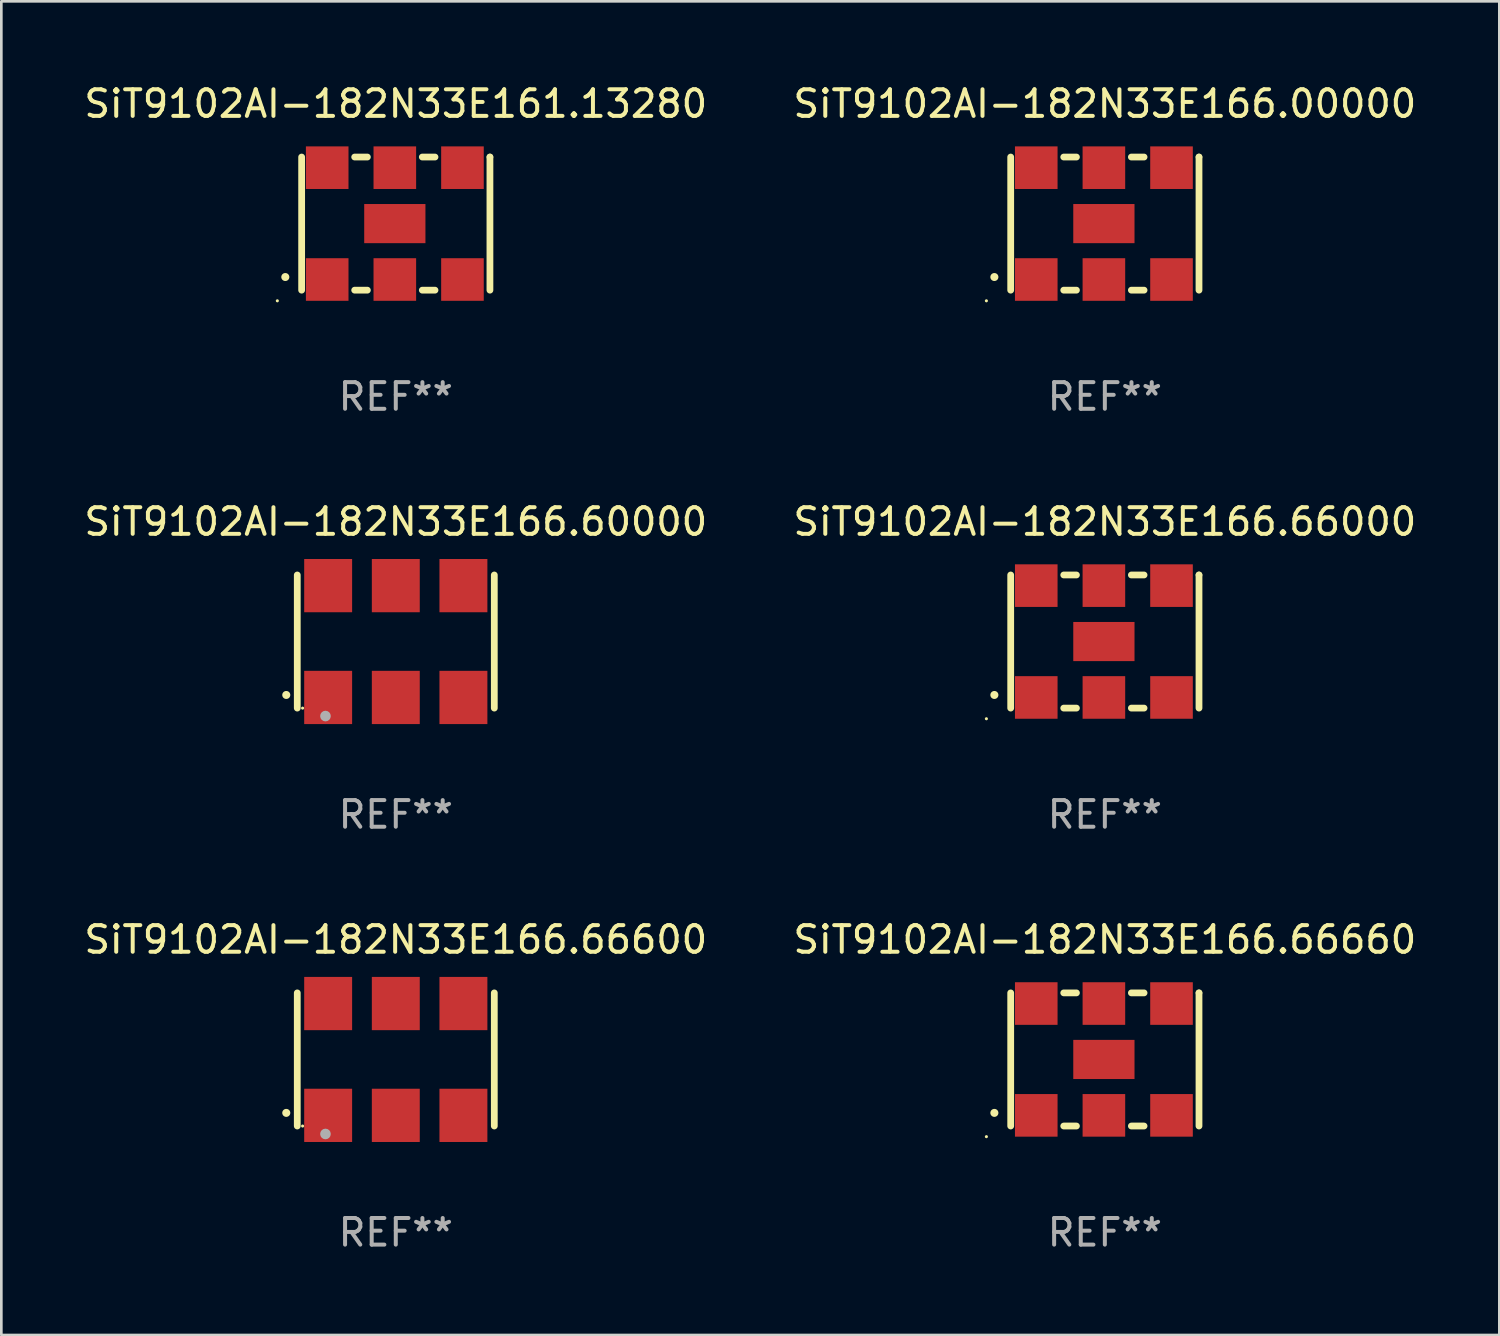
<source format=kicad_pcb>
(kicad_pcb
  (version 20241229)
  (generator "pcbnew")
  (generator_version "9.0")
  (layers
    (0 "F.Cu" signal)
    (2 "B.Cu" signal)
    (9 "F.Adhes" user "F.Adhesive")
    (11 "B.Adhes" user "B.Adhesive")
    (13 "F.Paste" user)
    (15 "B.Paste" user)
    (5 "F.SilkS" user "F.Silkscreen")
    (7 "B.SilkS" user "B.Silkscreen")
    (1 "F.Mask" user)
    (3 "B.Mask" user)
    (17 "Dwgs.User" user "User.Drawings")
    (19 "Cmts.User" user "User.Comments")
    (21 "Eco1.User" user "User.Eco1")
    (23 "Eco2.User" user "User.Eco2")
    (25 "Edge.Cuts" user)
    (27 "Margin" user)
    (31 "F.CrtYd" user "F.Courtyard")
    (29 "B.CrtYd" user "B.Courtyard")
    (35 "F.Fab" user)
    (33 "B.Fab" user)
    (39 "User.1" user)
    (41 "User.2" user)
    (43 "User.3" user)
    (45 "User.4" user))
  (footprint "SiT9102AI-182N33E166.66600"
    (layer "F.Cu")
    (at 11.815 36.741)
    (property "Reference" "SiT9102AI-182N33E166.66600" (at 0 -4.5 0) (layer "F.SilkS") (effects (font (size 1 1) (thickness 0.15))))
    (attr through_hole)
    (fp_line (start -3.7 -2.5) (end -3.7 2.5) (stroke (width 0.254) (type solid)) (layer "F.SilkS"))
    (fp_line (start 3.7 -2.5) (end 3.7 2.5) (stroke (width 0.254) (type solid)) (layer "F.SilkS"))
    (fp_arc (start -4.114415 2.006604) (mid -4.113145 2.006599) (end -4.111875 2.006604) (stroke (width 0.3) (type solid)) (layer "F.SilkS"))
    (fp_circle (center -3.5 2.501) (end -3.47 2.501) (stroke (width 0.06) (type solid)) (fill no) (layer "F.SilkS"))
    (fp_circle (center -2.641 2.799) (end -2.541 2.799) (stroke (width 0.2) (type solid)) (fill no) (layer "F.Fab"))
    (fp_text user "REF**" (at 0 6.5 0) (layer "F.Fab") (effects (font (size 1 1) (thickness 0.15))))
    (pad "1" smd rect (at -2.54 2.1) (size 1.8 2) (layers "F.Cu" "F.Mask" "F.Paste"))
    (pad "2" smd rect (at 0.000394 2.1) (size 1.8 2) (layers "F.Cu" "F.Mask" "F.Paste"))
    (pad "3" smd rect (at 2.54 2.1) (size 1.8 2) (layers "F.Cu" "F.Mask" "F.Paste"))
    (pad "4" smd rect (at 2.54 -2.1) (size 1.8 2) (layers "F.Cu" "F.Mask" "F.Paste"))
    (pad "5" smd rect (at 0.000394 -2.1) (size 1.8 2) (layers "F.Cu" "F.Mask" "F.Paste"))
    (pad "6" smd rect (at -2.54 -2.1) (size 1.8 2) (layers "F.Cu" "F.Mask" "F.Paste")))
  (footprint "SiT9102AI-182N33E166.00000"
    (layer "F.Cu")
    (at 38.446 5.348)
    (property "Reference" "SiT9102AI-182N33E166.00000" (at 0 -4.5 0) (layer "F.SilkS") (effects (font (size 1 1) (thickness 0.15))))
    (attr through_hole)
    (fp_line (start -3.536 -2.5) (end -3.536 2.5) (stroke (width 0.254) (type solid)) (layer "F.SilkS"))
    (fp_line (start -1.544 2.5) (end -1.067 2.5) (stroke (width 0.254) (type solid)) (layer "F.SilkS"))
    (fp_line (start -1.067 -2.5) (end -1.544 -2.5) (stroke (width 0.254) (type solid)) (layer "F.SilkS"))
    (fp_line (start 0.996 2.5) (end 1.473 2.5) (stroke (width 0.254) (type solid)) (layer "F.SilkS"))
    (fp_line (start 1.473 -2.5) (end 0.996 -2.5) (stroke (width 0.254) (type solid)) (layer "F.SilkS"))
    (fp_line (start 3.536 -2.5) (end 3.536 -2.5) (stroke (width 0.254) (type solid)) (layer "F.SilkS"))
    (fp_line (start 3.536 2.5) (end 3.536 -2.5) (stroke (width 0.254) (type solid)) (layer "F.SilkS"))
    (fp_arc (start -4.150432 2.006604) (mid -4.149162 2.006599) (end -4.147892 2.006604) (stroke (width 0.3) (type solid)) (layer "F.SilkS"))
    (fp_circle (center -4.449 2.9) (end -4.419 2.9) (stroke (width 0.06) (type solid)) (fill no) (layer "F.SilkS"))
    (fp_text user "REF**" (at 0 6.5 0) (layer "F.Fab") (effects (font (size 1 1) (thickness 0.15))))
    (pad "1" smd rect (at -2.576 2.1) (size 1.6 1.6) (layers "F.Cu" "F.Mask" "F.Paste"))
    (pad "2" smd rect (at -0.036 2.1) (size 1.6 1.6) (layers "F.Cu" "F.Mask" "F.Paste"))
    (pad "3" smd rect (at 2.504 2.1) (size 1.6 1.6) (layers "F.Cu" "F.Mask" "F.Paste"))
    (pad "4" smd rect (at 2.504 -2.1) (size 1.6 1.6) (layers "F.Cu" "F.Mask" "F.Paste"))
    (pad "5" smd rect (at -0.036 -2.1) (size 1.6 1.6) (layers "F.Cu" "F.Mask" "F.Paste"))
    (pad "6" smd rect (at -2.576 -2.1) (size 1.6 1.6) (layers "F.Cu" "F.Mask" "F.Paste"))
    (pad "7" smd rect (at -0.036 0) (size 2.3 1.47) (layers "F.Cu" "F.Mask" "F.Paste")))
  (footprint "SiT9102AI-182N33E166.66660"
    (layer "F.Cu")
    (at 38.446 36.741)
    (property "Reference" "SiT9102AI-182N33E166.66660" (at 0 -4.5 0) (layer "F.SilkS") (effects (font (size 1 1) (thickness 0.15))))
    (attr through_hole)
    (fp_line (start -3.536 -2.5) (end -3.536 2.5) (stroke (width 0.254) (type solid)) (layer "F.SilkS"))
    (fp_line (start -1.544 2.5) (end -1.067 2.5) (stroke (width 0.254) (type solid)) (layer "F.SilkS"))
    (fp_line (start -1.067 -2.5) (end -1.544 -2.5) (stroke (width 0.254) (type solid)) (layer "F.SilkS"))
    (fp_line (start 0.996 2.5) (end 1.473 2.5) (stroke (width 0.254) (type solid)) (layer "F.SilkS"))
    (fp_line (start 1.473 -2.5) (end 0.996 -2.5) (stroke (width 0.254) (type solid)) (layer "F.SilkS"))
    (fp_line (start 3.536 -2.5) (end 3.536 -2.5) (stroke (width 0.254) (type solid)) (layer "F.SilkS"))
    (fp_line (start 3.536 2.5) (end 3.536 -2.5) (stroke (width 0.254) (type solid)) (layer "F.SilkS"))
    (fp_arc (start -4.150432 2.006604) (mid -4.149162 2.006599) (end -4.147892 2.006604) (stroke (width 0.3) (type solid)) (layer "F.SilkS"))
    (fp_circle (center -4.449 2.9) (end -4.419 2.9) (stroke (width 0.06) (type solid)) (fill no) (layer "F.SilkS"))
    (fp_text user "REF**" (at 0 6.5 0) (layer "F.Fab") (effects (font (size 1 1) (thickness 0.15))))
    (pad "1" smd rect (at -2.576 2.1) (size 1.6 1.6) (layers "F.Cu" "F.Mask" "F.Paste"))
    (pad "2" smd rect (at -0.036 2.1) (size 1.6 1.6) (layers "F.Cu" "F.Mask" "F.Paste"))
    (pad "3" smd rect (at 2.504 2.1) (size 1.6 1.6) (layers "F.Cu" "F.Mask" "F.Paste"))
    (pad "4" smd rect (at 2.504 -2.1) (size 1.6 1.6) (layers "F.Cu" "F.Mask" "F.Paste"))
    (pad "5" smd rect (at -0.036 -2.1) (size 1.6 1.6) (layers "F.Cu" "F.Mask" "F.Paste"))
    (pad "6" smd rect (at -2.576 -2.1) (size 1.6 1.6) (layers "F.Cu" "F.Mask" "F.Paste"))
    (pad "7" smd rect (at -0.036 0) (size 2.3 1.47) (layers "F.Cu" "F.Mask" "F.Paste")))
  (footprint "SiT9102AI-182N33E166.66000"
    (layer "F.Cu")
    (at 38.446 21.045)
    (property "Reference" "SiT9102AI-182N33E166.66000" (at 0 -4.5 0) (layer "F.SilkS") (effects (font (size 1 1) (thickness 0.15))))
    (attr through_hole)
    (fp_line (start -3.536 -2.5) (end -3.536 2.5) (stroke (width 0.254) (type solid)) (layer "F.SilkS"))
    (fp_line (start -1.544 2.5) (end -1.067 2.5) (stroke (width 0.254) (type solid)) (layer "F.SilkS"))
    (fp_line (start -1.067 -2.5) (end -1.544 -2.5) (stroke (width 0.254) (type solid)) (layer "F.SilkS"))
    (fp_line (start 0.996 2.5) (end 1.473 2.5) (stroke (width 0.254) (type solid)) (layer "F.SilkS"))
    (fp_line (start 1.473 -2.5) (end 0.996 -2.5) (stroke (width 0.254) (type solid)) (layer "F.SilkS"))
    (fp_line (start 3.536 -2.5) (end 3.536 -2.5) (stroke (width 0.254) (type solid)) (layer "F.SilkS"))
    (fp_line (start 3.536 2.5) (end 3.536 -2.5) (stroke (width 0.254) (type solid)) (layer "F.SilkS"))
    (fp_arc (start -4.150432 2.006604) (mid -4.149162 2.006599) (end -4.147892 2.006604) (stroke (width 0.3) (type solid)) (layer "F.SilkS"))
    (fp_circle (center -4.449 2.9) (end -4.419 2.9) (stroke (width 0.06) (type solid)) (fill no) (layer "F.SilkS"))
    (fp_text user "REF**" (at 0 6.5 0) (layer "F.Fab") (effects (font (size 1 1) (thickness 0.15))))
    (pad "1" smd rect (at -2.576 2.1) (size 1.6 1.6) (layers "F.Cu" "F.Mask" "F.Paste"))
    (pad "2" smd rect (at -0.036 2.1) (size 1.6 1.6) (layers "F.Cu" "F.Mask" "F.Paste"))
    (pad "3" smd rect (at 2.504 2.1) (size 1.6 1.6) (layers "F.Cu" "F.Mask" "F.Paste"))
    (pad "4" smd rect (at 2.504 -2.1) (size 1.6 1.6) (layers "F.Cu" "F.Mask" "F.Paste"))
    (pad "5" smd rect (at -0.036 -2.1) (size 1.6 1.6) (layers "F.Cu" "F.Mask" "F.Paste"))
    (pad "6" smd rect (at -2.576 -2.1) (size 1.6 1.6) (layers "F.Cu" "F.Mask" "F.Paste"))
    (pad "7" smd rect (at -0.036 0) (size 2.3 1.47) (layers "F.Cu" "F.Mask" "F.Paste")))
  (footprint "SiT9102AI-182N33E161.13280"
    (layer "F.Cu")
    (at 11.815 5.348)
    (property "Reference" "SiT9102AI-182N33E161.13280" (at 0 -4.5 0) (layer "F.SilkS") (effects (font (size 1 1) (thickness 0.15))))
    (attr through_hole)
    (fp_line (start -3.536 -2.5) (end -3.536 2.5) (stroke (width 0.254) (type solid)) (layer "F.SilkS"))
    (fp_line (start -1.544 2.5) (end -1.067 2.5) (stroke (width 0.254) (type solid)) (layer "F.SilkS"))
    (fp_line (start -1.067 -2.5) (end -1.544 -2.5) (stroke (width 0.254) (type solid)) (layer "F.SilkS"))
    (fp_line (start 0.996 2.5) (end 1.473 2.5) (stroke (width 0.254) (type solid)) (layer "F.SilkS"))
    (fp_line (start 1.473 -2.5) (end 0.996 -2.5) (stroke (width 0.254) (type solid)) (layer "F.SilkS"))
    (fp_line (start 3.536 -2.5) (end 3.536 -2.5) (stroke (width 0.254) (type solid)) (layer "F.SilkS"))
    (fp_line (start 3.536 2.5) (end 3.536 -2.5) (stroke (width 0.254) (type solid)) (layer "F.SilkS"))
    (fp_arc (start -4.150432 2.006604) (mid -4.149162 2.006599) (end -4.147892 2.006604) (stroke (width 0.3) (type solid)) (layer "F.SilkS"))
    (fp_circle (center -4.449 2.9) (end -4.419 2.9) (stroke (width 0.06) (type solid)) (fill no) (layer "F.SilkS"))
    (fp_text user "REF**" (at 0 6.5 0) (layer "F.Fab") (effects (font (size 1 1) (thickness 0.15))))
    (pad "1" smd rect (at -2.576 2.1) (size 1.6 1.6) (layers "F.Cu" "F.Mask" "F.Paste"))
    (pad "2" smd rect (at -0.036 2.1) (size 1.6 1.6) (layers "F.Cu" "F.Mask" "F.Paste"))
    (pad "3" smd rect (at 2.504 2.1) (size 1.6 1.6) (layers "F.Cu" "F.Mask" "F.Paste"))
    (pad "4" smd rect (at 2.504 -2.1) (size 1.6 1.6) (layers "F.Cu" "F.Mask" "F.Paste"))
    (pad "5" smd rect (at -0.036 -2.1) (size 1.6 1.6) (layers "F.Cu" "F.Mask" "F.Paste"))
    (pad "6" smd rect (at -2.576 -2.1) (size 1.6 1.6) (layers "F.Cu" "F.Mask" "F.Paste"))
    (pad "7" smd rect (at -0.036 0) (size 2.3 1.47) (layers "F.Cu" "F.Mask" "F.Paste")))
  (footprint "SiT9102AI-182N33E166.60000"
    (layer "F.Cu")
    (at 11.815 21.045)
    (property "Reference" "SiT9102AI-182N33E166.60000" (at 0 -4.5 0) (layer "F.SilkS") (effects (font (size 1 1) (thickness 0.15))))
    (attr through_hole)
    (fp_line (start -3.7 -2.5) (end -3.7 2.5) (stroke (width 0.254) (type solid)) (layer "F.SilkS"))
    (fp_line (start 3.7 -2.5) (end 3.7 2.5) (stroke (width 0.254) (type solid)) (layer "F.SilkS"))
    (fp_arc (start -4.114415 2.006604) (mid -4.113145 2.006599) (end -4.111875 2.006604) (stroke (width 0.3) (type solid)) (layer "F.SilkS"))
    (fp_circle (center -3.5 2.501) (end -3.47 2.501) (stroke (width 0.06) (type solid)) (fill no) (layer "F.SilkS"))
    (fp_circle (center -2.641 2.799) (end -2.541 2.799) (stroke (width 0.2) (type solid)) (fill no) (layer "F.Fab"))
    (fp_text user "REF**" (at 0 6.5 0) (layer "F.Fab") (effects (font (size 1 1) (thickness 0.15))))
    (pad "1" smd rect (at -2.54 2.1) (size 1.8 2) (layers "F.Cu" "F.Mask" "F.Paste"))
    (pad "2" smd rect (at 0.000394 2.1) (size 1.8 2) (layers "F.Cu" "F.Mask" "F.Paste"))
    (pad "3" smd rect (at 2.54 2.1) (size 1.8 2) (layers "F.Cu" "F.Mask" "F.Paste"))
    (pad "4" smd rect (at 2.54 -2.1) (size 1.8 2) (layers "F.Cu" "F.Mask" "F.Paste"))
    (pad "5" smd rect (at 0.000394 -2.1) (size 1.8 2) (layers "F.Cu" "F.Mask" "F.Paste"))
    (pad "6" smd rect (at -2.54 -2.1) (size 1.8 2) (layers "F.Cu" "F.Mask" "F.Paste")))
  (gr_rect
    (start -3 -3)
    (end 53.262 47.09)
    (stroke (width 0.1) (type default))
    (fill no)
    (layer "Edge.Cuts")))
</source>
